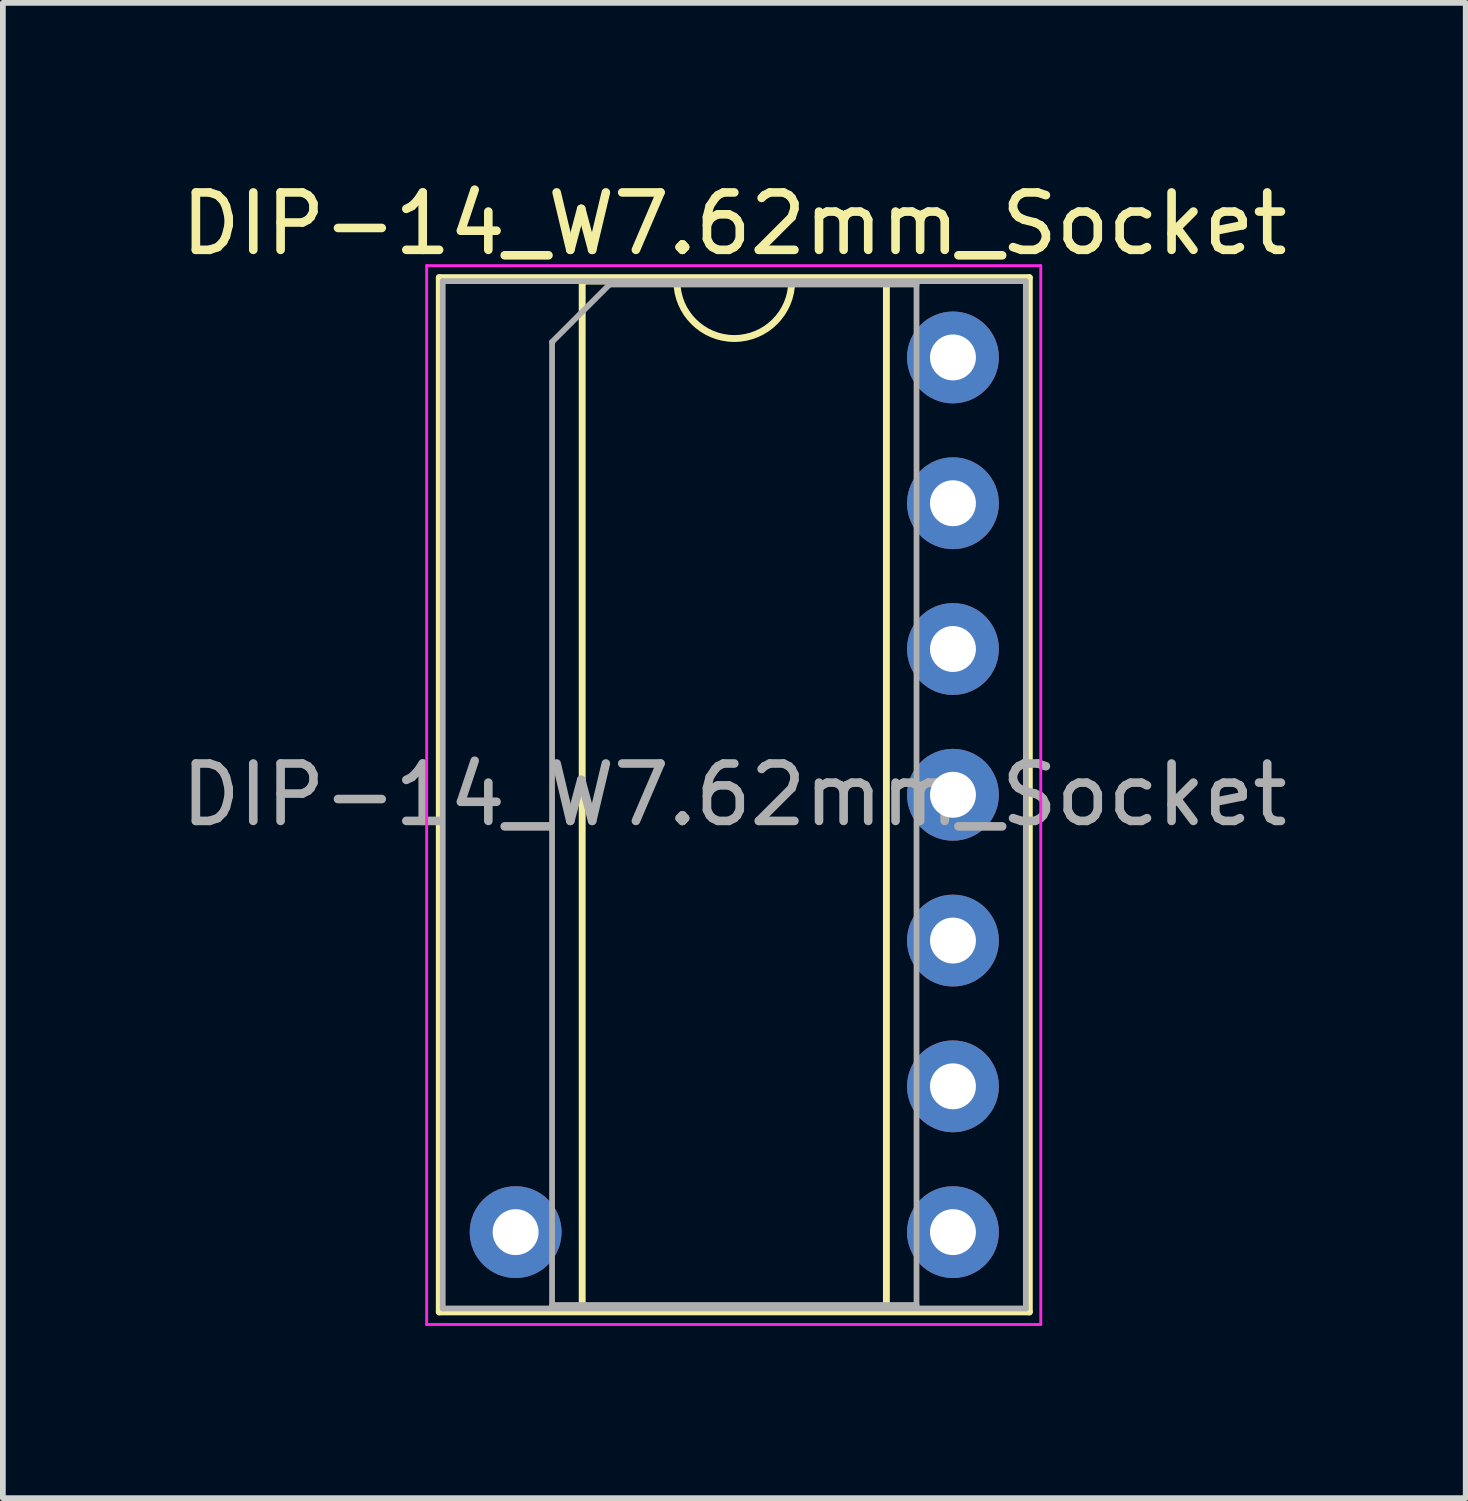
<source format=kicad_pcb>
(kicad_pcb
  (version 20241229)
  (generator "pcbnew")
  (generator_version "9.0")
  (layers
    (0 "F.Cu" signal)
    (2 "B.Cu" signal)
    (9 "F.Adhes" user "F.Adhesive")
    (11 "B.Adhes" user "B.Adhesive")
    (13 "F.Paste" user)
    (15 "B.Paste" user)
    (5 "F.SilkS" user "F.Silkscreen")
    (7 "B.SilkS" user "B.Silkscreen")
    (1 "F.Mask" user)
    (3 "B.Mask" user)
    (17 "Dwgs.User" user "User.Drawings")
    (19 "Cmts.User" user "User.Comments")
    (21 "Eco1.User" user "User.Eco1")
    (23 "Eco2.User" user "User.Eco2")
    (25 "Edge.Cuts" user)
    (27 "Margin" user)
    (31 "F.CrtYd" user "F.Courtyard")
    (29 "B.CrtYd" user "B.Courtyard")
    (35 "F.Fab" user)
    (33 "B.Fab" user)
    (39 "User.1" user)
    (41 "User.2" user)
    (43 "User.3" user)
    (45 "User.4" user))
  (footprint "DIP-14_W7.62mm_Socket"
    (layer "F.Cu")
    (at 5.934 3.178)
    (property "Reference" "DIP-14_W7.62mm_Socket" (at 3.81 -2.33 0) (layer "F.SilkS") (effects (font (size 1 1) (thickness 0.15))))
    (attr through_hole)
    (fp_line (start -1.33 -1.39) (end -1.33 16.63) (stroke (width 0.12) (type solid)) (layer "F.SilkS"))
    (fp_line (start -1.33 16.63) (end 8.95 16.63) (stroke (width 0.12) (type solid)) (layer "F.SilkS"))
    (fp_line (start 1.16 -1.33) (end 1.16 16.57) (stroke (width 0.12) (type solid)) (layer "F.SilkS"))
    (fp_line (start 1.16 16.57) (end 6.46 16.57) (stroke (width 0.12) (type solid)) (layer "F.SilkS"))
    (fp_line (start 2.81 -1.33) (end 1.16 -1.33) (stroke (width 0.12) (type solid)) (layer "F.SilkS"))
    (fp_line (start 6.46 -1.33) (end 4.81 -1.33) (stroke (width 0.12) (type solid)) (layer "F.SilkS"))
    (fp_line (start 6.46 16.57) (end 6.46 -1.33) (stroke (width 0.12) (type solid)) (layer "F.SilkS"))
    (fp_line (start 8.95 -1.39) (end -1.33 -1.39) (stroke (width 0.12) (type solid)) (layer "F.SilkS"))
    (fp_line (start 8.95 16.63) (end 8.95 -1.39) (stroke (width 0.12) (type solid)) (layer "F.SilkS"))
    (fp_arc (start 4.81 -1.33) (mid 3.81 -0.33) (end 2.81 -1.33) (stroke (width 0.12) (type solid)) (layer "F.SilkS"))
    (fp_line (start -1.55 -1.6) (end -1.55 16.85) (stroke (width 0.05) (type solid)) (layer "F.CrtYd"))
    (fp_line (start -1.55 16.85) (end 9.15 16.85) (stroke (width 0.05) (type solid)) (layer "F.CrtYd"))
    (fp_line (start 9.15 -1.6) (end -1.55 -1.6) (stroke (width 0.05) (type solid)) (layer "F.CrtYd"))
    (fp_line (start 9.15 16.85) (end 9.15 -1.6) (stroke (width 0.05) (type solid)) (layer "F.CrtYd"))
    (fp_line (start -1.27 -1.33) (end -1.27 16.57) (stroke (width 0.1) (type solid)) (layer "F.Fab"))
    (fp_line (start -1.27 16.57) (end 8.89 16.57) (stroke (width 0.1) (type solid)) (layer "F.Fab"))
    (fp_line (start 0.635 -0.27) (end 1.635 -1.27) (stroke (width 0.1) (type solid)) (layer "F.Fab"))
    (fp_line (start 0.635 16.51) (end 0.635 -0.27) (stroke (width 0.1) (type solid)) (layer "F.Fab"))
    (fp_line (start 1.635 -1.27) (end 6.985 -1.27) (stroke (width 0.1) (type solid)) (layer "F.Fab"))
    (fp_line (start 6.985 -1.27) (end 6.985 16.51) (stroke (width 0.1) (type solid)) (layer "F.Fab"))
    (fp_line (start 6.985 16.51) (end 0.635 16.51) (stroke (width 0.1) (type solid)) (layer "F.Fab"))
    (fp_line (start 8.89 -1.33) (end -1.27 -1.33) (stroke (width 0.1) (type solid)) (layer "F.Fab"))
    (fp_line (start 8.89 16.57) (end 8.89 -1.33) (stroke (width 0.1) (type solid)) (layer "F.Fab"))
    (fp_text user "${REFERENCE}" (at 3.81 7.62 0) (layer "F.Fab") (effects (font (size 1 1) (thickness 0.15))))
    (pad "7" thru_hole oval (at 0 15.24) (size 1.6 1.6) (drill 0.8) (layers "*.Cu" "*.Mask"))
    (pad "8" thru_hole oval (at 7.62 15.24) (size 1.6 1.6) (drill 0.8) (layers "*.Cu" "*.Mask"))
    (pad "9" thru_hole oval (at 7.62 12.7) (size 1.6 1.6) (drill 0.8) (layers "*.Cu" "*.Mask"))
    (pad "10" thru_hole oval (at 7.62 10.16) (size 1.6 1.6) (drill 0.8) (layers "*.Cu" "*.Mask"))
    (pad "11" thru_hole oval (at 7.62 7.62) (size 1.6 1.6) (drill 0.8) (layers "*.Cu" "*.Mask"))
    (pad "12" thru_hole oval (at 7.62 5.08) (size 1.6 1.6) (drill 0.8) (layers "*.Cu" "*.Mask"))
    (pad "13" thru_hole oval (at 7.62 2.54) (size 1.6 1.6) (drill 0.8) (layers "*.Cu" "*.Mask"))
    (pad "14" thru_hole oval (at 7.62 0) (size 1.6 1.6) (drill 0.8) (layers "*.Cu" "*.Mask")))
  (gr_rect
    (start -3 -3)
    (end 22.488 23.053)
    (stroke (width 0.1) (type default))
    (fill no)
    (layer "Edge.Cuts")))
</source>
